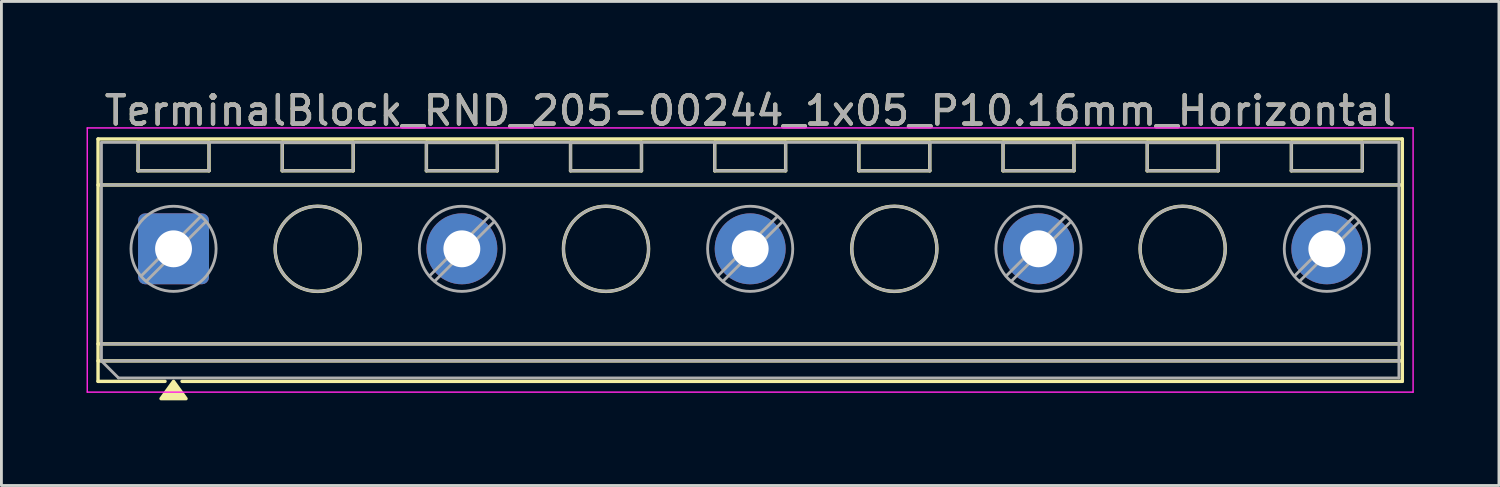
<source format=kicad_pcb>
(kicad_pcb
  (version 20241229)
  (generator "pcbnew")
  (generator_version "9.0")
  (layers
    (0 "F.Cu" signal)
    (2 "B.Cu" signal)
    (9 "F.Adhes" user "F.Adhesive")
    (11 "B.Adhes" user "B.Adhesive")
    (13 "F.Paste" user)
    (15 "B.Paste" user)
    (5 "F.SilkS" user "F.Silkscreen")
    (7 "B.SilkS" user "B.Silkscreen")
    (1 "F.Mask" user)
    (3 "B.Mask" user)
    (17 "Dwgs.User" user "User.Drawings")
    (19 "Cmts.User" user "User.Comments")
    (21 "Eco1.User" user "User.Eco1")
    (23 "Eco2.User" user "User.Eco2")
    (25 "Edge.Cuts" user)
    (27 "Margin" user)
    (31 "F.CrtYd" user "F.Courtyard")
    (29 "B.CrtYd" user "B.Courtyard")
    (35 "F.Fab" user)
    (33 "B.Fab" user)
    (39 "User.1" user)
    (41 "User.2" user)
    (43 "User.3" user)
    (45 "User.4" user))
  (footprint "TerminalBlock_RND_205-00244_1x05_P10.16mm_Horizontal"
    (layer "F.Cu")
    (at 3.065 5.718)
    (property "Reference" "TerminalBlock_RND_205-00244_1x05_P10.16mm_Horizontal" (at 20.32 -4.87 0) (layer "F.SilkS") (effects (font (size 1 1) (thickness 0.15))))
    (attr through_hole)
    (fp_line (start -2.66 -3.87) (end -2.66 4.67) (stroke (width 0.12) (type solid)) (layer "F.SilkS"))
    (fp_line (start -2.66 -3.87) (end 43.3 -3.87) (stroke (width 0.12) (type solid)) (layer "F.SilkS"))
    (fp_line (start -2.66 -2.25) (end 43.3 -2.25) (stroke (width 0.12) (type solid)) (layer "F.SilkS"))
    (fp_line (start -2.66 3.35) (end 43.3 3.35) (stroke (width 0.12) (type solid)) (layer "F.SilkS"))
    (fp_line (start -2.66 3.95) (end 43.3 3.95) (stroke (width 0.12) (type solid)) (layer "F.SilkS"))
    (fp_line (start -2.66 4.67) (end -0.3 4.67) (stroke (width 0.12) (type solid)) (layer "F.SilkS"))
    (fp_line (start -1.25 -3.75) (end -1.25 -2.75) (stroke (width 0.12) (type solid)) (layer "F.SilkS"))
    (fp_line (start -1.25 -3.75) (end 1.25 -3.75) (stroke (width 0.12) (type solid)) (layer "F.SilkS"))
    (fp_line (start -1.25 -2.75) (end 1.25 -2.75) (stroke (width 0.12) (type solid)) (layer "F.SilkS"))
    (fp_line (start 0.3 4.67) (end 43.3 4.67) (stroke (width 0.12) (type solid)) (layer "F.SilkS"))
    (fp_line (start 1.25 -3.75) (end 1.25 -2.75) (stroke (width 0.12) (type solid)) (layer "F.SilkS"))
    (fp_line (start 3.83 -3.75) (end 3.83 -2.75) (stroke (width 0.12) (type solid)) (layer "F.SilkS"))
    (fp_line (start 3.83 -3.75) (end 6.33 -3.75) (stroke (width 0.12) (type solid)) (layer "F.SilkS"))
    (fp_line (start 3.83 -2.75) (end 6.33 -2.75) (stroke (width 0.12) (type solid)) (layer "F.SilkS"))
    (fp_line (start 6.33 -3.75) (end 6.33 -2.75) (stroke (width 0.12) (type solid)) (layer "F.SilkS"))
    (fp_line (start 8.91 -3.75) (end 8.91 -2.75) (stroke (width 0.12) (type solid)) (layer "F.SilkS"))
    (fp_line (start 8.91 -3.75) (end 11.41 -3.75) (stroke (width 0.12) (type solid)) (layer "F.SilkS"))
    (fp_line (start 8.91 -2.75) (end 11.41 -2.75) (stroke (width 0.12) (type solid)) (layer "F.SilkS"))
    (fp_line (start 11.41 -3.75) (end 11.41 -2.75) (stroke (width 0.12) (type solid)) (layer "F.SilkS"))
    (fp_line (start 13.99 -3.75) (end 13.99 -2.75) (stroke (width 0.12) (type solid)) (layer "F.SilkS"))
    (fp_line (start 13.99 -3.75) (end 16.49 -3.75) (stroke (width 0.12) (type solid)) (layer "F.SilkS"))
    (fp_line (start 13.99 -2.75) (end 16.49 -2.75) (stroke (width 0.12) (type solid)) (layer "F.SilkS"))
    (fp_line (start 16.49 -3.75) (end 16.49 -2.75) (stroke (width 0.12) (type solid)) (layer "F.SilkS"))
    (fp_line (start 19.07 -3.75) (end 19.07 -2.75) (stroke (width 0.12) (type solid)) (layer "F.SilkS"))
    (fp_line (start 19.07 -3.75) (end 21.57 -3.75) (stroke (width 0.12) (type solid)) (layer "F.SilkS"))
    (fp_line (start 19.07 -2.75) (end 21.57 -2.75) (stroke (width 0.12) (type solid)) (layer "F.SilkS"))
    (fp_line (start 21.57 -3.75) (end 21.57 -2.75) (stroke (width 0.12) (type solid)) (layer "F.SilkS"))
    (fp_line (start 24.15 -3.75) (end 24.15 -2.75) (stroke (width 0.12) (type solid)) (layer "F.SilkS"))
    (fp_line (start 24.15 -3.75) (end 26.65 -3.75) (stroke (width 0.12) (type solid)) (layer "F.SilkS"))
    (fp_line (start 24.15 -2.75) (end 26.65 -2.75) (stroke (width 0.12) (type solid)) (layer "F.SilkS"))
    (fp_line (start 26.65 -3.75) (end 26.65 -2.75) (stroke (width 0.12) (type solid)) (layer "F.SilkS"))
    (fp_line (start 29.23 -3.75) (end 29.23 -2.75) (stroke (width 0.12) (type solid)) (layer "F.SilkS"))
    (fp_line (start 29.23 -3.75) (end 31.73 -3.75) (stroke (width 0.12) (type solid)) (layer "F.SilkS"))
    (fp_line (start 29.23 -2.75) (end 31.73 -2.75) (stroke (width 0.12) (type solid)) (layer "F.SilkS"))
    (fp_line (start 31.73 -3.75) (end 31.73 -2.75) (stroke (width 0.12) (type solid)) (layer "F.SilkS"))
    (fp_line (start 34.31 -3.75) (end 34.31 -2.75) (stroke (width 0.12) (type solid)) (layer "F.SilkS"))
    (fp_line (start 34.31 -3.75) (end 36.81 -3.75) (stroke (width 0.12) (type solid)) (layer "F.SilkS"))
    (fp_line (start 34.31 -2.75) (end 36.81 -2.75) (stroke (width 0.12) (type solid)) (layer "F.SilkS"))
    (fp_line (start 36.81 -3.75) (end 36.81 -2.75) (stroke (width 0.12) (type solid)) (layer "F.SilkS"))
    (fp_line (start 39.39 -3.75) (end 39.39 -2.75) (stroke (width 0.12) (type solid)) (layer "F.SilkS"))
    (fp_line (start 39.39 -3.75) (end 41.89 -3.75) (stroke (width 0.12) (type solid)) (layer "F.SilkS"))
    (fp_line (start 39.39 -2.75) (end 41.89 -2.75) (stroke (width 0.12) (type solid)) (layer "F.SilkS"))
    (fp_line (start 41.89 -3.75) (end 41.89 -2.75) (stroke (width 0.12) (type solid)) (layer "F.SilkS"))
    (fp_line (start 43.3 -3.87) (end 43.3 4.67) (stroke (width 0.12) (type solid)) (layer "F.SilkS"))
    (fp_circle (center 5.08 0) (end 6.58 0) (stroke (width 0.12) (type solid)) (fill no) (layer "F.SilkS"))
    (fp_circle (center 15.24 0) (end 16.74 0) (stroke (width 0.12) (type solid)) (fill no) (layer "F.SilkS"))
    (fp_circle (center 25.4 0) (end 26.9 0) (stroke (width 0.12) (type solid)) (fill no) (layer "F.SilkS"))
    (fp_circle (center 35.56 0) (end 37.06 0) (stroke (width 0.12) (type solid)) (fill no) (layer "F.SilkS"))
    (fp_poly (pts (xy 0 4.67) (xy 0.44 5.28) (xy -0.44 5.28)) (stroke (width 0.12) (type solid)) (fill yes) (layer "F.SilkS"))
    (fp_line (start -3.04 -4.26) (end -3.04 5.05) (stroke (width 0.05) (type solid)) (layer "F.CrtYd"))
    (fp_line (start -3.04 5.05) (end 43.68 5.05) (stroke (width 0.05) (type solid)) (layer "F.CrtYd"))
    (fp_line (start 43.68 -4.26) (end -3.04 -4.26) (stroke (width 0.05) (type solid)) (layer "F.CrtYd"))
    (fp_line (start 43.68 5.05) (end 43.68 -4.26) (stroke (width 0.05) (type solid)) (layer "F.CrtYd"))
    (fp_line (start -2.54 -3.75) (end 43.18 -3.75) (stroke (width 0.1) (type solid)) (layer "F.Fab"))
    (fp_line (start -2.54 -2.25) (end 43.18 -2.25) (stroke (width 0.1) (type solid)) (layer "F.Fab"))
    (fp_line (start -2.54 3.35) (end 43.18 3.35) (stroke (width 0.1) (type solid)) (layer "F.Fab"))
    (fp_line (start -2.54 3.95) (end -2.54 -3.75) (stroke (width 0.1) (type solid)) (layer "F.Fab"))
    (fp_line (start -2.54 3.95) (end 43.18 3.95) (stroke (width 0.1) (type solid)) (layer "F.Fab"))
    (fp_line (start -1.94 4.55) (end -2.54 3.95) (stroke (width 0.1) (type solid)) (layer "F.Fab"))
    (fp_line (start -1.25 -3.75) (end -1.25 -2.75) (stroke (width 0.1) (type solid)) (layer "F.Fab"))
    (fp_line (start -1.25 -2.75) (end 1.25 -2.75) (stroke (width 0.1) (type solid)) (layer "F.Fab"))
    (fp_line (start 0.955 -1.138) (end -1.138 0.955) (stroke (width 0.1) (type solid)) (layer "F.Fab"))
    (fp_line (start 1.138 -0.955) (end -0.955 1.138) (stroke (width 0.1) (type solid)) (layer "F.Fab"))
    (fp_line (start 1.25 -3.75) (end -1.25 -3.75) (stroke (width 0.1) (type solid)) (layer "F.Fab"))
    (fp_line (start 1.25 -2.75) (end 1.25 -3.75) (stroke (width 0.1) (type solid)) (layer "F.Fab"))
    (fp_line (start 3.83 -3.75) (end 3.83 -2.75) (stroke (width 0.1) (type solid)) (layer "F.Fab"))
    (fp_line (start 3.83 -2.75) (end 6.33 -2.75) (stroke (width 0.1) (type solid)) (layer "F.Fab"))
    (fp_line (start 6.33 -3.75) (end 3.83 -3.75) (stroke (width 0.1) (type solid)) (layer "F.Fab"))
    (fp_line (start 6.33 -2.75) (end 6.33 -3.75) (stroke (width 0.1) (type solid)) (layer "F.Fab"))
    (fp_line (start 8.91 -3.75) (end 8.91 -2.75) (stroke (width 0.1) (type solid)) (layer "F.Fab"))
    (fp_line (start 8.91 -2.75) (end 11.41 -2.75) (stroke (width 0.1) (type solid)) (layer "F.Fab"))
    (fp_line (start 11.115 -1.138) (end 9.022 0.955) (stroke (width 0.1) (type solid)) (layer "F.Fab"))
    (fp_line (start 11.298 -0.955) (end 9.205 1.138) (stroke (width 0.1) (type solid)) (layer "F.Fab"))
    (fp_line (start 11.41 -3.75) (end 8.91 -3.75) (stroke (width 0.1) (type solid)) (layer "F.Fab"))
    (fp_line (start 11.41 -2.75) (end 11.41 -3.75) (stroke (width 0.1) (type solid)) (layer "F.Fab"))
    (fp_line (start 13.99 -3.75) (end 13.99 -2.75) (stroke (width 0.1) (type solid)) (layer "F.Fab"))
    (fp_line (start 13.99 -2.75) (end 16.49 -2.75) (stroke (width 0.1) (type solid)) (layer "F.Fab"))
    (fp_line (start 16.49 -3.75) (end 13.99 -3.75) (stroke (width 0.1) (type solid)) (layer "F.Fab"))
    (fp_line (start 16.49 -2.75) (end 16.49 -3.75) (stroke (width 0.1) (type solid)) (layer "F.Fab"))
    (fp_line (start 19.07 -3.75) (end 19.07 -2.75) (stroke (width 0.1) (type solid)) (layer "F.Fab"))
    (fp_line (start 19.07 -2.75) (end 21.57 -2.75) (stroke (width 0.1) (type solid)) (layer "F.Fab"))
    (fp_line (start 21.275 -1.138) (end 19.182 0.955) (stroke (width 0.1) (type solid)) (layer "F.Fab"))
    (fp_line (start 21.458 -0.955) (end 19.365 1.138) (stroke (width 0.1) (type solid)) (layer "F.Fab"))
    (fp_line (start 21.57 -3.75) (end 19.07 -3.75) (stroke (width 0.1) (type solid)) (layer "F.Fab"))
    (fp_line (start 21.57 -2.75) (end 21.57 -3.75) (stroke (width 0.1) (type solid)) (layer "F.Fab"))
    (fp_line (start 24.15 -3.75) (end 24.15 -2.75) (stroke (width 0.1) (type solid)) (layer "F.Fab"))
    (fp_line (start 24.15 -2.75) (end 26.65 -2.75) (stroke (width 0.1) (type solid)) (layer "F.Fab"))
    (fp_line (start 26.65 -3.75) (end 24.15 -3.75) (stroke (width 0.1) (type solid)) (layer "F.Fab"))
    (fp_line (start 26.65 -2.75) (end 26.65 -3.75) (stroke (width 0.1) (type solid)) (layer "F.Fab"))
    (fp_line (start 29.23 -3.75) (end 29.23 -2.75) (stroke (width 0.1) (type solid)) (layer "F.Fab"))
    (fp_line (start 29.23 -2.75) (end 31.73 -2.75) (stroke (width 0.1) (type solid)) (layer "F.Fab"))
    (fp_line (start 31.435 -1.138) (end 29.342 0.955) (stroke (width 0.1) (type solid)) (layer "F.Fab"))
    (fp_line (start 31.618 -0.955) (end 29.525 1.138) (stroke (width 0.1) (type solid)) (layer "F.Fab"))
    (fp_line (start 31.73 -3.75) (end 29.23 -3.75) (stroke (width 0.1) (type solid)) (layer "F.Fab"))
    (fp_line (start 31.73 -2.75) (end 31.73 -3.75) (stroke (width 0.1) (type solid)) (layer "F.Fab"))
    (fp_line (start 34.31 -3.75) (end 34.31 -2.75) (stroke (width 0.1) (type solid)) (layer "F.Fab"))
    (fp_line (start 34.31 -2.75) (end 36.81 -2.75) (stroke (width 0.1) (type solid)) (layer "F.Fab"))
    (fp_line (start 36.81 -3.75) (end 34.31 -3.75) (stroke (width 0.1) (type solid)) (layer "F.Fab"))
    (fp_line (start 36.81 -2.75) (end 36.81 -3.75) (stroke (width 0.1) (type solid)) (layer "F.Fab"))
    (fp_line (start 39.39 -3.75) (end 39.39 -2.75) (stroke (width 0.1) (type solid)) (layer "F.Fab"))
    (fp_line (start 39.39 -2.75) (end 41.89 -2.75) (stroke (width 0.1) (type solid)) (layer "F.Fab"))
    (fp_line (start 41.595 -1.138) (end 39.502 0.955) (stroke (width 0.1) (type solid)) (layer "F.Fab"))
    (fp_line (start 41.778 -0.955) (end 39.685 1.138) (stroke (width 0.1) (type solid)) (layer "F.Fab"))
    (fp_line (start 41.89 -3.75) (end 39.39 -3.75) (stroke (width 0.1) (type solid)) (layer "F.Fab"))
    (fp_line (start 41.89 -2.75) (end 41.89 -3.75) (stroke (width 0.1) (type solid)) (layer "F.Fab"))
    (fp_line (start 43.18 -3.75) (end 43.18 4.55) (stroke (width 0.1) (type solid)) (layer "F.Fab"))
    (fp_line (start 43.18 4.55) (end -1.94 4.55) (stroke (width 0.1) (type solid)) (layer "F.Fab"))
    (fp_circle (center 0 0) (end 1.5 0) (stroke (width 0.1) (type solid)) (fill no) (layer "F.Fab"))
    (fp_circle (center 5.08 0) (end 6.58 0) (stroke (width 0.1) (type solid)) (fill no) (layer "F.Fab"))
    (fp_circle (center 10.16 0) (end 11.66 0) (stroke (width 0.1) (type solid)) (fill no) (layer "F.Fab"))
    (fp_circle (center 15.24 0) (end 16.74 0) (stroke (width 0.1) (type solid)) (fill no) (layer "F.Fab"))
    (fp_circle (center 20.32 0) (end 21.82 0) (stroke (width 0.1) (type solid)) (fill no) (layer "F.Fab"))
    (fp_circle (center 25.4 0) (end 26.9 0) (stroke (width 0.1) (type solid)) (fill no) (layer "F.Fab"))
    (fp_circle (center 30.48 0) (end 31.98 0) (stroke (width 0.1) (type solid)) (fill no) (layer "F.Fab"))
    (fp_circle (center 35.56 0) (end 37.06 0) (stroke (width 0.1) (type solid)) (fill no) (layer "F.Fab"))
    (fp_circle (center 40.64 0) (end 42.14 0) (stroke (width 0.1) (type solid)) (fill no) (layer "F.Fab"))
    (fp_text user "${REFERENCE}" (at 20.32 -4.87 0) (layer "F.Fab") (effects (font (size 1 1) (thickness 0.15))))
    (pad "1" thru_hole roundrect (at 0 0) (size 2.5 2.5) (drill 1.3) (layers "*.Cu" "*.Mask") (roundrect_rratio 0.1))
    (pad "2" thru_hole circle (at 10.16 0) (size 2.5 2.5) (drill 1.3) (layers "*.Cu" "*.Mask"))
    (pad "3" thru_hole circle (at 20.32 0) (size 2.5 2.5) (drill 1.3) (layers "*.Cu" "*.Mask"))
    (pad "4" thru_hole circle (at 30.48 0) (size 2.5 2.5) (drill 1.3) (layers "*.Cu" "*.Mask"))
    (pad "5" thru_hole circle (at 40.64 0) (size 2.5 2.5) (drill 1.3) (layers "*.Cu" "*.Mask")))
  (gr_rect
    (start -3 -3)
    (end 49.77 14.058)
    (stroke (width 0.1) (type default))
    (fill no)
    (layer "Edge.Cuts")))
</source>
